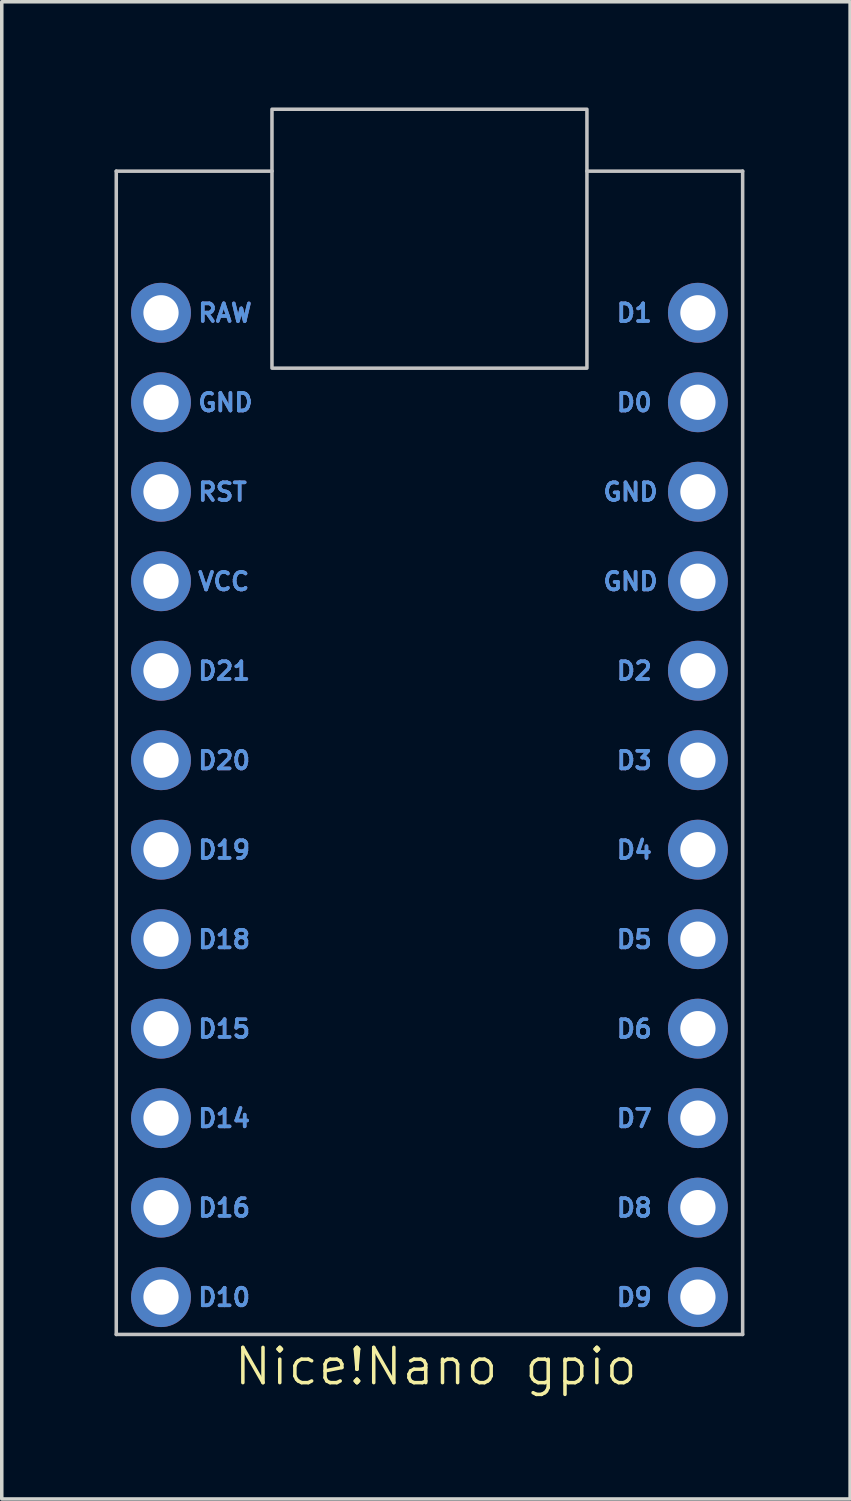
<source format=kicad_pcb>
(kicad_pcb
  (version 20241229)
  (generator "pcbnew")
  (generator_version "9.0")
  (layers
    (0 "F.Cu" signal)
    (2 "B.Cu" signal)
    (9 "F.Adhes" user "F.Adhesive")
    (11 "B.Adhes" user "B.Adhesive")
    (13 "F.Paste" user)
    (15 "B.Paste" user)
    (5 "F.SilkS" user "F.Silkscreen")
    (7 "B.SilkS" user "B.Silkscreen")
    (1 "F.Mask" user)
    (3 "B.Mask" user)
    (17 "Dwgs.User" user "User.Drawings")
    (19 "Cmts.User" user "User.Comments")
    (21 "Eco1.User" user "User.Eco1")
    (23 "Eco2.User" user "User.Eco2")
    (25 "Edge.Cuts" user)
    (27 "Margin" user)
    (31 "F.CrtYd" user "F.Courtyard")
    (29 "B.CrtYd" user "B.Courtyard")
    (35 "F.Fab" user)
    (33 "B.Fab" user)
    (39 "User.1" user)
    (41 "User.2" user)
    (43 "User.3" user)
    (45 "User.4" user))
  (footprint "Nice!Nano gpio"
    (layer "F.Cu")
    (at 0.25 34.828)
    (property "Reference" "Nice!Nano gpio" (at 9.07 0.91 0) (unlocked yes) (layer "F.SilkS") (effects (font (size 1 1) (thickness 0.1))))
    (attr through_hole)
    (fp_line (start 0 -33.02) (end 4.42 -33.02) (stroke (width 0.1) (type default)) (layer "Dwgs.User"))
    (fp_line (start 0 0) (end 0 -33.02) (stroke (width 0.1) (type default)) (layer "Dwgs.User"))
    (fp_line (start 17.78 -33.02) (end 13.36 -33.02) (stroke (width 0.1) (type default)) (layer "Dwgs.User"))
    (fp_line (start 17.78 -33.02) (end 17.78 0) (stroke (width 0.1) (type default)) (layer "Dwgs.User"))
    (fp_line (start 17.78 0) (end 0 0) (stroke (width 0.1) (type default)) (layer "Dwgs.User"))
    (fp_rect (start 4.42 -34.778) (end 13.36 -27.428) (stroke (width 0.1) (type default)) (fill no) (layer "Dwgs.User"))
    (fp_text user " D2" (at 13.77 -18.54 0) (unlocked yes) (layer "F.Cu") (effects (font (size 0.5 0.5) (thickness 0.1)) (justify left bottom)))
    (fp_text user "D19" (at 2.27 -13.46 0) (unlocked yes) (layer "F.Cu") (effects (font (size 0.5 0.5) (thickness 0.1)) (justify left bottom)))
    (fp_text user " D8" (at 13.77 -3.3 0) (unlocked yes) (layer "F.Cu") (effects (font (size 0.5 0.5) (thickness 0.1)) (justify left bottom)))
    (fp_text user "D20" (at 2.27 -16 0) (unlocked yes) (layer "F.Cu") (effects (font (size 0.5 0.5) (thickness 0.1)) (justify left bottom)))
    (fp_text user " D9" (at 13.77 -0.76 0) (unlocked yes) (layer "F.Cu") (effects (font (size 0.5 0.5) (thickness 0.1)) (justify left bottom)))
    (fp_text user " D1" (at 13.77 -28.7 0) (unlocked yes) (layer "F.Cu") (effects (font (size 0.5 0.5) (thickness 0.1)) (justify left bottom)))
    (fp_text user "D15" (at 2.27 -8.38 0) (unlocked yes) (layer "F.Cu") (effects (font (size 0.5 0.5) (thickness 0.1)) (justify left bottom)))
    (fp_text user "D14" (at 2.27 -5.84 0) (unlocked yes) (layer "F.Cu") (effects (font (size 0.5 0.5) (thickness 0.1)) (justify left bottom)))
    (fp_text user "D10" (at 2.27 -0.76 0) (unlocked yes) (layer "F.Cu") (effects (font (size 0.5 0.5) (thickness 0.1)) (justify left bottom)))
    (fp_text user " D4" (at 13.77 -13.46 0) (unlocked yes) (layer "F.Cu") (effects (font (size 0.5 0.5) (thickness 0.1)) (justify left bottom)))
    (fp_text user "VCC" (at 2.27 -21.08 0) (unlocked yes) (layer "F.Cu") (effects (font (size 0.5 0.5) (thickness 0.1)) (justify left bottom)))
    (fp_text user " D5" (at 13.77 -10.92 0) (unlocked yes) (layer "F.Cu") (effects (font (size 0.5 0.5) (thickness 0.1)) (justify left bottom)))
    (fp_text user " D6" (at 13.77 -8.38 0) (unlocked yes) (layer "F.Cu") (effects (font (size 0.5 0.5) (thickness 0.1)) (justify left bottom)))
    (fp_text user " D3" (at 13.77 -16 0) (unlocked yes) (layer "F.Cu") (effects (font (size 0.5 0.5) (thickness 0.1)) (justify left bottom)))
    (fp_text user "GND" (at 13.77 -21.08 0) (unlocked yes) (layer "F.Cu") (effects (font (size 0.5 0.5) (thickness 0.1)) (justify left bottom)))
    (fp_text user "RAW" (at 2.27 -28.7 0) (unlocked yes) (layer "F.Cu") (effects (font (size 0.5 0.5) (thickness 0.1)) (justify left bottom)))
    (fp_text user "RST" (at 2.27 -23.62 0) (unlocked yes) (layer "F.Cu") (effects (font (size 0.5 0.5) (thickness 0.1)) (justify left bottom)))
    (fp_text user "GND" (at 13.77 -23.62 0) (unlocked yes) (layer "F.Cu") (effects (font (size 0.5 0.5) (thickness 0.1)) (justify left bottom)))
    (fp_text user "D16" (at 2.27 -3.3 0) (unlocked yes) (layer "F.Cu") (effects (font (size 0.5 0.5) (thickness 0.1)) (justify left bottom)))
    (fp_text user "GND" (at 2.27 -26.16 0) (unlocked yes) (layer "F.Cu") (effects (font (size 0.5 0.5) (thickness 0.1)) (justify left bottom)))
    (fp_text user "D18" (at 2.27 -10.92 0) (unlocked yes) (layer "F.Cu") (effects (font (size 0.5 0.5) (thickness 0.1)) (justify left bottom)))
    (fp_text user " D7" (at 13.77 -5.84 0) (unlocked yes) (layer "F.Cu") (effects (font (size 0.5 0.5) (thickness 0.1)) (justify left bottom)))
    (fp_text user "D21" (at 2.27 -18.54 0) (unlocked yes) (layer "F.Cu") (effects (font (size 0.5 0.5) (thickness 0.1)) (justify left bottom)))
    (fp_text user " D0" (at 13.77 -26.16 0) (unlocked yes) (layer "F.Cu") (effects (font (size 0.5 0.5) (thickness 0.1)) (justify left bottom)))
    (fp_text user "VCC" (at 2.27 -21.08 0) (unlocked yes) (layer "B.Cu") (effects (font (size 0.5 0.5) (thickness 0.1)) (justify left bottom)))
    (fp_text user "D10" (at 2.27 -0.76 0) (unlocked yes) (layer "B.Cu") (effects (font (size 0.5 0.5) (thickness 0.1)) (justify left bottom)))
    (fp_text user "D18" (at 2.27 -10.92 0) (unlocked yes) (layer "B.Cu") (effects (font (size 0.5 0.5) (thickness 0.1)) (justify left bottom)))
    (fp_text user "D16" (at 2.27 -3.3 0) (unlocked yes) (layer "B.Cu") (effects (font (size 0.5 0.5) (thickness 0.1)) (justify left bottom)))
    (fp_text user "D14" (at 2.27 -5.84 0) (unlocked yes) (layer "B.Cu") (effects (font (size 0.5 0.5) (thickness 0.1)) (justify left bottom)))
    (fp_text user "RST" (at 2.27 -23.62 0) (unlocked yes) (layer "B.Cu") (effects (font (size 0.5 0.5) (thickness 0.1)) (justify left bottom)))
    (fp_text user " D9" (at 13.77 -0.76 0) (unlocked yes) (layer "B.Cu") (effects (font (size 0.5 0.5) (thickness 0.1)) (justify left bottom)))
    (fp_text user "D20" (at 2.27 -16 0) (unlocked yes) (layer "B.Cu") (effects (font (size 0.5 0.5) (thickness 0.1)) (justify left bottom)))
    (fp_text user " D1" (at 13.77 -28.7 0) (unlocked yes) (layer "B.Cu") (effects (font (size 0.5 0.5) (thickness 0.1)) (justify left bottom)))
    (fp_text user "GND" (at 2.27 -26.16 0) (unlocked yes) (layer "B.Cu") (effects (font (size 0.5 0.5) (thickness 0.1)) (justify left bottom)))
    (fp_text user "D21" (at 2.27 -18.54 0) (unlocked yes) (layer "B.Cu") (effects (font (size 0.5 0.5) (thickness 0.1)) (justify left bottom)))
    (fp_text user "D15" (at 2.27 -8.38 0) (unlocked yes) (layer "B.Cu") (effects (font (size 0.5 0.5) (thickness 0.1)) (justify left bottom)))
    (fp_text user "RAW" (at 2.27 -28.7 0) (unlocked yes) (layer "B.Cu") (effects (font (size 0.5 0.5) (thickness 0.1)) (justify left bottom)))
    (fp_text user "D19" (at 2.27 -13.46 0) (unlocked yes) (layer "B.Cu") (effects (font (size 0.5 0.5) (thickness 0.1)) (justify left bottom)))
    (fp_text user " D5" (at 13.77 -10.92 0) (unlocked yes) (layer "B.Cu") (effects (font (size 0.5 0.5) (thickness 0.1)) (justify left bottom)))
    (fp_text user " D2" (at 13.77 -18.54 0) (unlocked yes) (layer "B.Cu") (effects (font (size 0.5 0.5) (thickness 0.1)) (justify left bottom)))
    (fp_text user "GND" (at 13.77 -23.62 0) (unlocked yes) (layer "B.Cu") (effects (font (size 0.5 0.5) (thickness 0.1)) (justify left bottom)))
    (fp_text user "GND" (at 13.77 -21.08 0) (unlocked yes) (layer "B.Cu") (effects (font (size 0.5 0.5) (thickness 0.1)) (justify left bottom)))
    (fp_text user " D0" (at 13.77 -26.16 0) (unlocked yes) (layer "B.Cu") (effects (font (size 0.5 0.5) (thickness 0.1)) (justify left bottom)))
    (fp_text user " D3" (at 13.77 -16 0) (unlocked yes) (layer "B.Cu") (effects (font (size 0.5 0.5) (thickness 0.1)) (justify left bottom)))
    (fp_text user " D8" (at 13.77 -3.3 0) (unlocked yes) (layer "B.Cu") (effects (font (size 0.5 0.5) (thickness 0.1)) (justify left bottom)))
    (fp_text user " D6" (at 13.77 -8.38 0) (unlocked yes) (layer "B.Cu") (effects (font (size 0.5 0.5) (thickness 0.1)) (justify left bottom)))
    (fp_text user " D4" (at 13.77 -13.46 0) (unlocked yes) (layer "B.Cu") (effects (font (size 0.5 0.5) (thickness 0.1)) (justify left bottom)))
    (fp_text user " D7" (at 13.77 -5.84 0) (unlocked yes) (layer "B.Cu") (effects (font (size 0.5 0.5) (thickness 0.1)) (justify left bottom)))
    (fp_text user "GND" (at 2.27 -26.16 0) (unlocked yes) (layer "Cmts.User") (effects (font (size 0.5 0.5) (thickness 0.1)) (justify left bottom)))
    (fp_text user "VCC" (at 2.27 -21.08 0) (unlocked yes) (layer "Cmts.User") (effects (font (size 0.5 0.5) (thickness 0.1)) (justify left bottom)))
    (fp_text user " D6" (at 13.77 -8.38 0) (unlocked yes) (layer "Cmts.User") (effects (font (size 0.5 0.5) (thickness 0.1)) (justify left bottom)))
    (fp_text user " D7" (at 13.77 -5.84 0) (unlocked yes) (layer "Cmts.User") (effects (font (size 0.5 0.5) (thickness 0.1)) (justify left bottom)))
    (fp_text user "D15" (at 2.27 -8.38 0) (unlocked yes) (layer "Cmts.User") (effects (font (size 0.5 0.5) (thickness 0.1)) (justify left bottom)))
    (fp_text user " D0" (at 13.77 -26.16 0) (unlocked yes) (layer "Cmts.User") (effects (font (size 0.5 0.5) (thickness 0.1)) (justify left bottom)))
    (fp_text user "D16" (at 2.27 -3.3 0) (unlocked yes) (layer "Cmts.User") (effects (font (size 0.5 0.5) (thickness 0.1)) (justify left bottom)))
    (fp_text user "D19" (at 2.27 -13.46 0) (unlocked yes) (layer "Cmts.User") (effects (font (size 0.5 0.5) (thickness 0.1)) (justify left bottom)))
    (fp_text user "D14" (at 2.27 -5.84 0) (unlocked yes) (layer "Cmts.User") (effects (font (size 0.5 0.5) (thickness 0.1)) (justify left bottom)))
    (fp_text user "D18" (at 2.27 -10.92 0) (unlocked yes) (layer "Cmts.User") (effects (font (size 0.5 0.5) (thickness 0.1)) (justify left bottom)))
    (fp_text user " D3" (at 13.77 -16 0) (unlocked yes) (layer "Cmts.User") (effects (font (size 0.5 0.5) (thickness 0.1)) (justify left bottom)))
    (fp_text user "D20" (at 2.27 -16 0) (unlocked yes) (layer "Cmts.User") (effects (font (size 0.5 0.5) (thickness 0.1)) (justify left bottom)))
    (fp_text user " D2" (at 13.77 -18.54 0) (unlocked yes) (layer "Cmts.User") (effects (font (size 0.5 0.5) (thickness 0.1)) (justify left bottom)))
    (fp_text user "GND" (at 13.77 -21.08 0) (unlocked yes) (layer "Cmts.User") (effects (font (size 0.5 0.5) (thickness 0.1)) (justify left bottom)))
    (fp_text user " D9" (at 13.77 -0.76 0) (unlocked yes) (layer "Cmts.User") (effects (font (size 0.5 0.5) (thickness 0.1)) (justify left bottom)))
    (fp_text user "GND" (at 13.77 -23.62 0) (unlocked yes) (layer "Cmts.User") (effects (font (size 0.5 0.5) (thickness 0.1)) (justify left bottom)))
    (fp_text user " D4" (at 13.77 -13.46 0) (unlocked yes) (layer "Cmts.User") (effects (font (size 0.5 0.5) (thickness 0.1)) (justify left bottom)))
    (fp_text user " D5" (at 13.77 -10.92 0) (unlocked yes) (layer "Cmts.User") (effects (font (size 0.5 0.5) (thickness 0.1)) (justify left bottom)))
    (fp_text user "D10" (at 2.27 -0.76 0) (unlocked yes) (layer "Cmts.User") (effects (font (size 0.5 0.5) (thickness 0.1)) (justify left bottom)))
    (fp_text user "D21" (at 2.27 -18.54 0) (unlocked yes) (layer "Cmts.User") (effects (font (size 0.5 0.5) (thickness 0.1)) (justify left bottom)))
    (fp_text user " D8" (at 13.77 -3.3 0) (unlocked yes) (layer "Cmts.User") (effects (font (size 0.5 0.5) (thickness 0.1)) (justify left bottom)))
    (fp_text user "RAW" (at 2.27 -28.7 0) (unlocked yes) (layer "Cmts.User") (effects (font (size 0.5 0.5) (thickness 0.1)) (justify left bottom)))
    (fp_text user "RST" (at 2.27 -23.62 0) (unlocked yes) (layer "Cmts.User") (effects (font (size 0.5 0.5) (thickness 0.1)) (justify left bottom)))
    (fp_text user " D1" (at 13.77 -28.7 0) (unlocked yes) (layer "Cmts.User") (effects (font (size 0.5 0.5) (thickness 0.1)) (justify left bottom)))
    (pad "1" thru_hole circle (at 1.27 -29) (size 1.7 1.7) (drill 1) (layers "*.Cu" "*.Mask"))
    (pad "2" thru_hole circle (at 1.27 -26.46) (size 1.7 1.7) (drill 1) (layers "*.Cu" "*.Mask"))
    (pad "3" thru_hole circle (at 1.27 -23.92) (size 1.7 1.7) (drill 1) (layers "*.Cu" "*.Mask"))
    (pad "4" thru_hole circle (at 1.27 -21.38) (size 1.7 1.7) (drill 1) (layers "*.Cu" "*.Mask"))
    (pad "5" thru_hole circle (at 1.27 -18.84) (size 1.7 1.7) (drill 1) (layers "*.Cu" "*.Mask"))
    (pad "6" thru_hole circle (at 1.27 -16.3) (size 1.7 1.7) (drill 1) (layers "*.Cu" "*.Mask"))
    (pad "7" thru_hole circle (at 1.27 -13.76) (size 1.7 1.7) (drill 1) (layers "*.Cu" "*.Mask"))
    (pad "8" thru_hole circle (at 1.27 -11.22) (size 1.7 1.7) (drill 1) (layers "*.Cu" "*.Mask"))
    (pad "9" thru_hole circle (at 1.27 -8.68) (size 1.7 1.7) (drill 1) (layers "*.Cu" "*.Mask"))
    (pad "10" thru_hole circle (at 1.27 -6.14) (size 1.7 1.7) (drill 1) (layers "*.Cu" "*.Mask"))
    (pad "11" thru_hole circle (at 1.27 -3.6) (size 1.7 1.7) (drill 1) (layers "*.Cu" "*.Mask"))
    (pad "12" thru_hole circle (at 1.27 -1.06) (size 1.7 1.7) (drill 1) (layers "*.Cu" "*.Mask"))
    (pad "13" thru_hole circle (at 16.51 -29) (size 1.7 1.7) (drill 1) (layers "*.Cu" "*.Mask"))
    (pad "14" thru_hole circle (at 16.51 -26.46) (size 1.7 1.7) (drill 1) (layers "*.Cu" "*.Mask"))
    (pad "15" thru_hole circle (at 16.51 -23.92) (size 1.7 1.7) (drill 1) (layers "*.Cu" "*.Mask"))
    (pad "16" thru_hole circle (at 16.51 -21.38) (size 1.7 1.7) (drill 1) (layers "*.Cu" "*.Mask"))
    (pad "17" thru_hole circle (at 16.51 -18.84) (size 1.7 1.7) (drill 1) (layers "*.Cu" "*.Mask"))
    (pad "18" thru_hole circle (at 16.51 -16.3) (size 1.7 1.7) (drill 1) (layers "*.Cu" "*.Mask"))
    (pad "19" thru_hole circle (at 16.51 -13.76) (size 1.7 1.7) (drill 1) (layers "*.Cu" "*.Mask"))
    (pad "20" thru_hole circle (at 16.51 -11.22) (size 1.7 1.7) (drill 1) (layers "*.Cu" "*.Mask"))
    (pad "21" thru_hole circle (at 16.51 -8.68) (size 1.7 1.7) (drill 1) (layers "*.Cu" "*.Mask"))
    (pad "22" thru_hole circle (at 16.51 -6.14) (size 1.7 1.7) (drill 1) (layers "*.Cu" "*.Mask"))
    (pad "23" thru_hole circle (at 16.51 -3.6) (size 1.7 1.7) (drill 1) (layers "*.Cu" "*.Mask"))
    (pad "24" thru_hole circle (at 16.51 -1.06) (size 1.7 1.7) (drill 1) (layers "*.Cu" "*.Mask")))
  (gr_rect
    (start -3 -3)
    (end 21.08 39.498)
    (stroke (width 0.1) (type default))
    (fill no)
    (layer "Edge.Cuts")))
</source>
